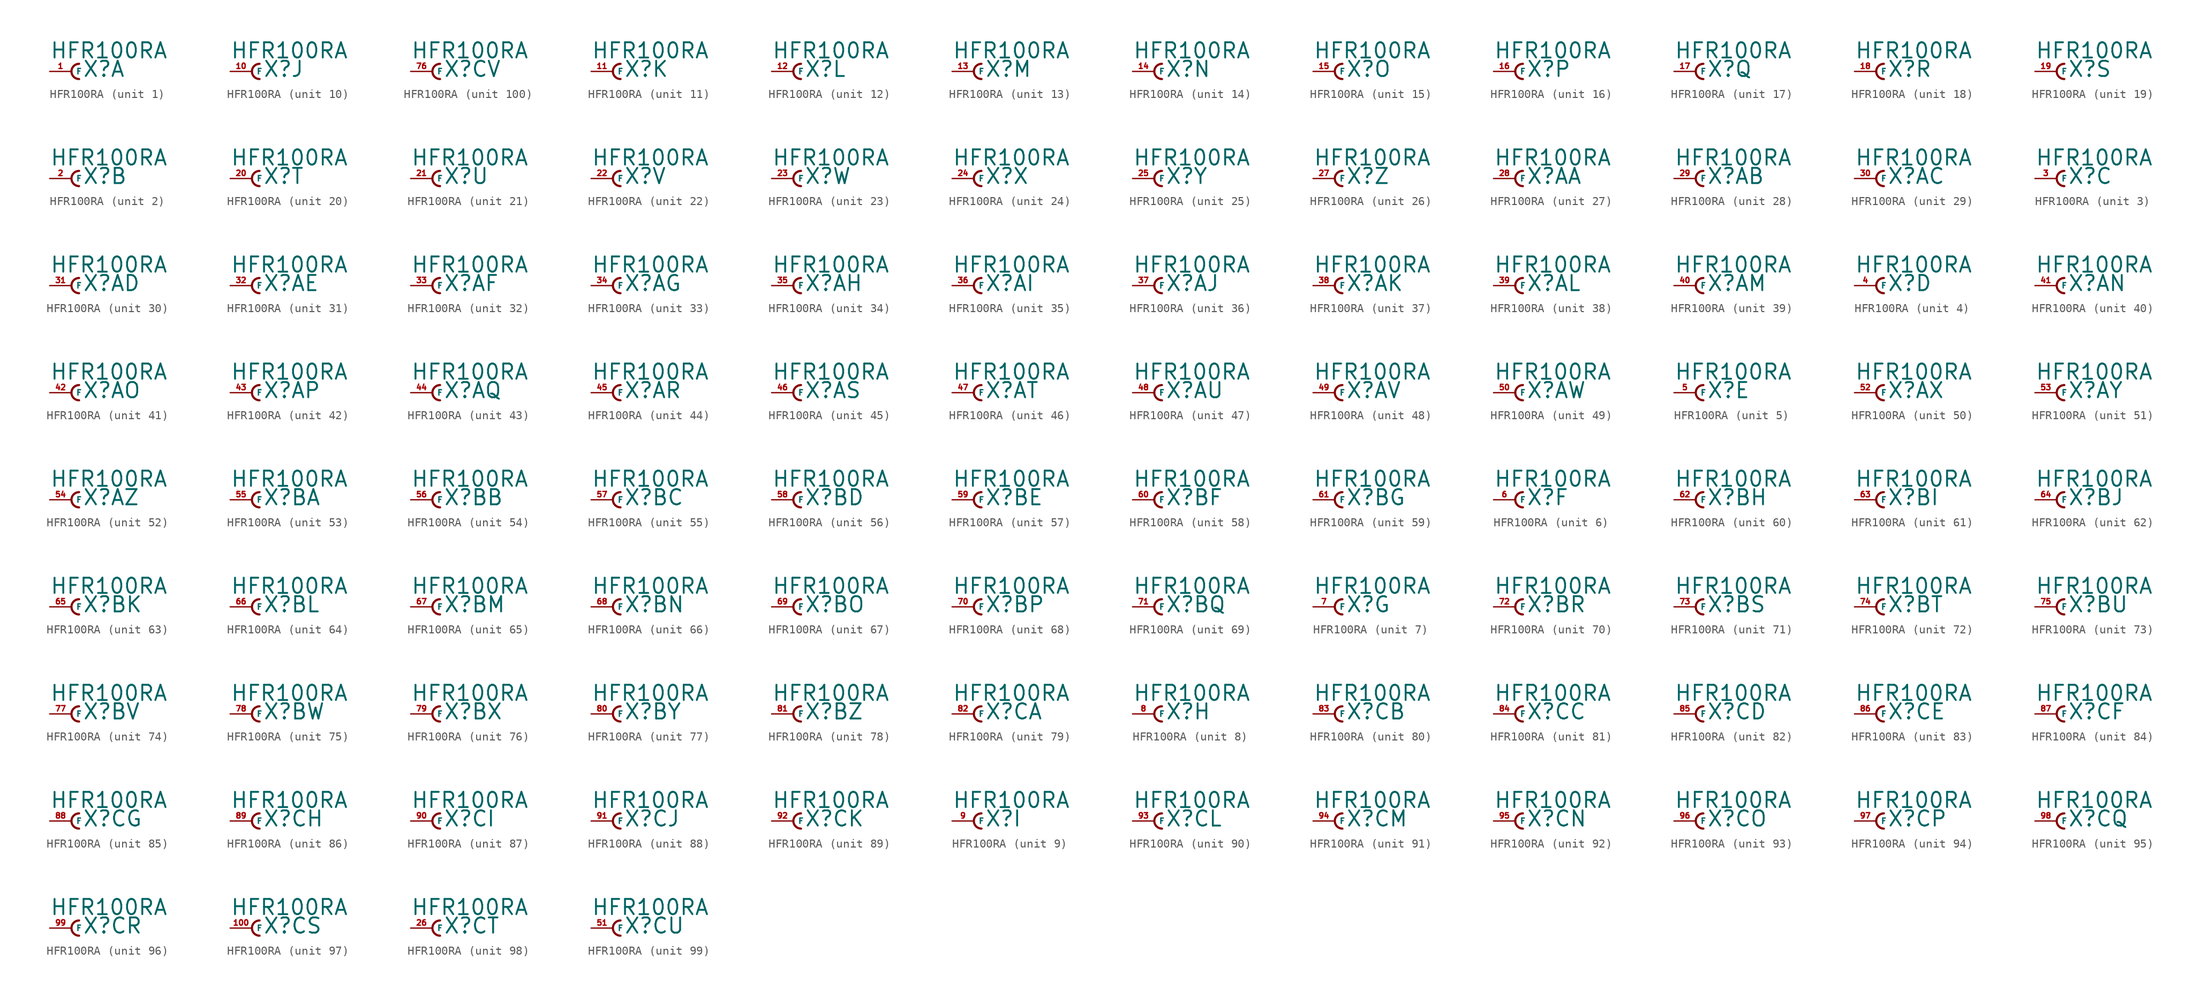
<source format=kicad_sym>
(kicad_symbol_lib
  (version 20220914)
  (generator Eagle2Kicad)
  (symbol "HFR100RA"
    (property "Reference" "X"
      (at 1.27 -0.762 0)
      (effects (font (size 1.778 1.778) (thickness 0.22)) (justify left bottom)))
    (property "Value" "HFR100RA"
      (at -2.54 1.397 0)
      (effects (font (size 1.778 1.778) (thickness 0.22)) (justify left bottom)))
    (symbol "HFR100RA_1_0"
      (arc (start 0.889 0.889) (mid 0.000 0.000) (end 0.889 -0.889) (stroke (width 0.254) (type default)) (fill (type none)))
      (pin passive line (at -2.54 0 0) (length 2.54) (name "F" (effects (font (size 0.635 0.635) (thickness 0.08)) (justify left bottom))) (number "1" (effects (font (size 0.635 0.635) (thickness 0.08)) (justify left bottom)))))
    (symbol "HFR100RA_2_0"
      (arc (start 0.889 0.889) (mid 0.000 0.000) (end 0.889 -0.889) (stroke (width 0.254) (type default)) (fill (type none)))
      (pin passive line (at -2.54 0 0) (length 2.54) (name "F" (effects (font (size 0.635 0.635) (thickness 0.08)) (justify left bottom))) (number "2" (effects (font (size 0.635 0.635) (thickness 0.08)) (justify left bottom)))))
    (symbol "HFR100RA_3_0"
      (arc (start 0.889 0.889) (mid 0.000 0.000) (end 0.889 -0.889) (stroke (width 0.254) (type default)) (fill (type none)))
      (pin passive line (at -2.54 0 0) (length 2.54) (name "F" (effects (font (size 0.635 0.635) (thickness 0.08)) (justify left bottom))) (number "3" (effects (font (size 0.635 0.635) (thickness 0.08)) (justify left bottom)))))
    (symbol "HFR100RA_4_0"
      (arc (start 0.889 0.889) (mid 0.000 0.000) (end 0.889 -0.889) (stroke (width 0.254) (type default)) (fill (type none)))
      (pin passive line (at -2.54 0 0) (length 2.54) (name "F" (effects (font (size 0.635 0.635) (thickness 0.08)) (justify left bottom))) (number "4" (effects (font (size 0.635 0.635) (thickness 0.08)) (justify left bottom)))))
    (symbol "HFR100RA_5_0"
      (arc (start 0.889 0.889) (mid 0.000 0.000) (end 0.889 -0.889) (stroke (width 0.254) (type default)) (fill (type none)))
      (pin passive line (at -2.54 0 0) (length 2.54) (name "F" (effects (font (size 0.635 0.635) (thickness 0.08)) (justify left bottom))) (number "5" (effects (font (size 0.635 0.635) (thickness 0.08)) (justify left bottom)))))
    (symbol "HFR100RA_6_0"
      (arc (start 0.889 0.889) (mid 0.000 0.000) (end 0.889 -0.889) (stroke (width 0.254) (type default)) (fill (type none)))
      (pin passive line (at -2.54 0 0) (length 2.54) (name "F" (effects (font (size 0.635 0.635) (thickness 0.08)) (justify left bottom))) (number "6" (effects (font (size 0.635 0.635) (thickness 0.08)) (justify left bottom)))))
    (symbol "HFR100RA_7_0"
      (arc (start 0.889 0.889) (mid 0.000 0.000) (end 0.889 -0.889) (stroke (width 0.254) (type default)) (fill (type none)))
      (pin passive line (at -2.54 0 0) (length 2.54) (name "F" (effects (font (size 0.635 0.635) (thickness 0.08)) (justify left bottom))) (number "7" (effects (font (size 0.635 0.635) (thickness 0.08)) (justify left bottom)))))
    (symbol "HFR100RA_8_0"
      (arc (start 0.889 0.889) (mid 0.000 0.000) (end 0.889 -0.889) (stroke (width 0.254) (type default)) (fill (type none)))
      (pin passive line (at -2.54 0 0) (length 2.54) (name "F" (effects (font (size 0.635 0.635) (thickness 0.08)) (justify left bottom))) (number "8" (effects (font (size 0.635 0.635) (thickness 0.08)) (justify left bottom)))))
    (symbol "HFR100RA_9_0"
      (arc (start 0.889 0.889) (mid 0.000 0.000) (end 0.889 -0.889) (stroke (width 0.254) (type default)) (fill (type none)))
      (pin passive line (at -2.54 0 0) (length 2.54) (name "F" (effects (font (size 0.635 0.635) (thickness 0.08)) (justify left bottom))) (number "9" (effects (font (size 0.635 0.635) (thickness 0.08)) (justify left bottom)))))
    (symbol "HFR100RA_10_0"
      (arc (start 0.889 0.889) (mid 0.000 0.000) (end 0.889 -0.889) (stroke (width 0.254) (type default)) (fill (type none)))
      (pin passive line (at -2.54 0 0) (length 2.54) (name "F" (effects (font (size 0.635 0.635) (thickness 0.08)) (justify left bottom))) (number "10" (effects (font (size 0.635 0.635) (thickness 0.08)) (justify left bottom)))))
    (symbol "HFR100RA_11_0"
      (arc (start 0.889 0.889) (mid 0.000 0.000) (end 0.889 -0.889) (stroke (width 0.254) (type default)) (fill (type none)))
      (pin passive line (at -2.54 0 0) (length 2.54) (name "F" (effects (font (size 0.635 0.635) (thickness 0.08)) (justify left bottom))) (number "11" (effects (font (size 0.635 0.635) (thickness 0.08)) (justify left bottom)))))
    (symbol "HFR100RA_12_0"
      (arc (start 0.889 0.889) (mid 0.000 0.000) (end 0.889 -0.889) (stroke (width 0.254) (type default)) (fill (type none)))
      (pin passive line (at -2.54 0 0) (length 2.54) (name "F" (effects (font (size 0.635 0.635) (thickness 0.08)) (justify left bottom))) (number "12" (effects (font (size 0.635 0.635) (thickness 0.08)) (justify left bottom)))))
    (symbol "HFR100RA_13_0"
      (arc (start 0.889 0.889) (mid 0.000 0.000) (end 0.889 -0.889) (stroke (width 0.254) (type default)) (fill (type none)))
      (pin passive line (at -2.54 0 0) (length 2.54) (name "F" (effects (font (size 0.635 0.635) (thickness 0.08)) (justify left bottom))) (number "13" (effects (font (size 0.635 0.635) (thickness 0.08)) (justify left bottom)))))
    (symbol "HFR100RA_14_0"
      (arc (start 0.889 0.889) (mid 0.000 0.000) (end 0.889 -0.889) (stroke (width 0.254) (type default)) (fill (type none)))
      (pin passive line (at -2.54 0 0) (length 2.54) (name "F" (effects (font (size 0.635 0.635) (thickness 0.08)) (justify left bottom))) (number "14" (effects (font (size 0.635 0.635) (thickness 0.08)) (justify left bottom)))))
    (symbol "HFR100RA_15_0"
      (arc (start 0.889 0.889) (mid 0.000 0.000) (end 0.889 -0.889) (stroke (width 0.254) (type default)) (fill (type none)))
      (pin passive line (at -2.54 0 0) (length 2.54) (name "F" (effects (font (size 0.635 0.635) (thickness 0.08)) (justify left bottom))) (number "15" (effects (font (size 0.635 0.635) (thickness 0.08)) (justify left bottom)))))
    (symbol "HFR100RA_16_0"
      (arc (start 0.889 0.889) (mid 0.000 0.000) (end 0.889 -0.889) (stroke (width 0.254) (type default)) (fill (type none)))
      (pin passive line (at -2.54 0 0) (length 2.54) (name "F" (effects (font (size 0.635 0.635) (thickness 0.08)) (justify left bottom))) (number "16" (effects (font (size 0.635 0.635) (thickness 0.08)) (justify left bottom)))))
    (symbol "HFR100RA_17_0"
      (arc (start 0.889 0.889) (mid 0.000 0.000) (end 0.889 -0.889) (stroke (width 0.254) (type default)) (fill (type none)))
      (pin passive line (at -2.54 0 0) (length 2.54) (name "F" (effects (font (size 0.635 0.635) (thickness 0.08)) (justify left bottom))) (number "17" (effects (font (size 0.635 0.635) (thickness 0.08)) (justify left bottom)))))
    (symbol "HFR100RA_18_0"
      (arc (start 0.889 0.889) (mid 0.000 0.000) (end 0.889 -0.889) (stroke (width 0.254) (type default)) (fill (type none)))
      (pin passive line (at -2.54 0 0) (length 2.54) (name "F" (effects (font (size 0.635 0.635) (thickness 0.08)) (justify left bottom))) (number "18" (effects (font (size 0.635 0.635) (thickness 0.08)) (justify left bottom)))))
    (symbol "HFR100RA_19_0"
      (arc (start 0.889 0.889) (mid 0.000 0.000) (end 0.889 -0.889) (stroke (width 0.254) (type default)) (fill (type none)))
      (pin passive line (at -2.54 0 0) (length 2.54) (name "F" (effects (font (size 0.635 0.635) (thickness 0.08)) (justify left bottom))) (number "19" (effects (font (size 0.635 0.635) (thickness 0.08)) (justify left bottom)))))
    (symbol "HFR100RA_20_0"
      (arc (start 0.889 0.889) (mid 0.000 0.000) (end 0.889 -0.889) (stroke (width 0.254) (type default)) (fill (type none)))
      (pin passive line (at -2.54 0 0) (length 2.54) (name "F" (effects (font (size 0.635 0.635) (thickness 0.08)) (justify left bottom))) (number "20" (effects (font (size 0.635 0.635) (thickness 0.08)) (justify left bottom)))))
    (symbol "HFR100RA_21_0"
      (arc (start 0.889 0.889) (mid 0.000 0.000) (end 0.889 -0.889) (stroke (width 0.254) (type default)) (fill (type none)))
      (pin passive line (at -2.54 0 0) (length 2.54) (name "F" (effects (font (size 0.635 0.635) (thickness 0.08)) (justify left bottom))) (number "21" (effects (font (size 0.635 0.635) (thickness 0.08)) (justify left bottom)))))
    (symbol "HFR100RA_22_0"
      (arc (start 0.889 0.889) (mid 0.000 0.000) (end 0.889 -0.889) (stroke (width 0.254) (type default)) (fill (type none)))
      (pin passive line (at -2.54 0 0) (length 2.54) (name "F" (effects (font (size 0.635 0.635) (thickness 0.08)) (justify left bottom))) (number "22" (effects (font (size 0.635 0.635) (thickness 0.08)) (justify left bottom)))))
    (symbol "HFR100RA_23_0"
      (arc (start 0.889 0.889) (mid 0.000 0.000) (end 0.889 -0.889) (stroke (width 0.254) (type default)) (fill (type none)))
      (pin passive line (at -2.54 0 0) (length 2.54) (name "F" (effects (font (size 0.635 0.635) (thickness 0.08)) (justify left bottom))) (number "23" (effects (font (size 0.635 0.635) (thickness 0.08)) (justify left bottom)))))
    (symbol "HFR100RA_24_0"
      (arc (start 0.889 0.889) (mid 0.000 0.000) (end 0.889 -0.889) (stroke (width 0.254) (type default)) (fill (type none)))
      (pin passive line (at -2.54 0 0) (length 2.54) (name "F" (effects (font (size 0.635 0.635) (thickness 0.08)) (justify left bottom))) (number "24" (effects (font (size 0.635 0.635) (thickness 0.08)) (justify left bottom)))))
    (symbol "HFR100RA_25_0"
      (arc (start 0.889 0.889) (mid 0.000 0.000) (end 0.889 -0.889) (stroke (width 0.254) (type default)) (fill (type none)))
      (pin passive line (at -2.54 0 0) (length 2.54) (name "F" (effects (font (size 0.635 0.635) (thickness 0.08)) (justify left bottom))) (number "25" (effects (font (size 0.635 0.635) (thickness 0.08)) (justify left bottom)))))
    (symbol "HFR100RA_26_0"
      (arc (start 0.889 0.889) (mid 0.000 0.000) (end 0.889 -0.889) (stroke (width 0.254) (type default)) (fill (type none)))
      (pin passive line (at -2.54 0 0) (length 2.54) (name "F" (effects (font (size 0.635 0.635) (thickness 0.08)) (justify left bottom))) (number "27" (effects (font (size 0.635 0.635) (thickness 0.08)) (justify left bottom)))))
    (symbol "HFR100RA_27_0"
      (arc (start 0.889 0.889) (mid 0.000 0.000) (end 0.889 -0.889) (stroke (width 0.254) (type default)) (fill (type none)))
      (pin passive line (at -2.54 0 0) (length 2.54) (name "F" (effects (font (size 0.635 0.635) (thickness 0.08)) (justify left bottom))) (number "28" (effects (font (size 0.635 0.635) (thickness 0.08)) (justify left bottom)))))
    (symbol "HFR100RA_28_0"
      (arc (start 0.889 0.889) (mid 0.000 0.000) (end 0.889 -0.889) (stroke (width 0.254) (type default)) (fill (type none)))
      (pin passive line (at -2.54 0 0) (length 2.54) (name "F" (effects (font (size 0.635 0.635) (thickness 0.08)) (justify left bottom))) (number "29" (effects (font (size 0.635 0.635) (thickness 0.08)) (justify left bottom)))))
    (symbol "HFR100RA_29_0"
      (arc (start 0.889 0.889) (mid 0.000 0.000) (end 0.889 -0.889) (stroke (width 0.254) (type default)) (fill (type none)))
      (pin passive line (at -2.54 0 0) (length 2.54) (name "F" (effects (font (size 0.635 0.635) (thickness 0.08)) (justify left bottom))) (number "30" (effects (font (size 0.635 0.635) (thickness 0.08)) (justify left bottom)))))
    (symbol "HFR100RA_30_0"
      (arc (start 0.889 0.889) (mid 0.000 0.000) (end 0.889 -0.889) (stroke (width 0.254) (type default)) (fill (type none)))
      (pin passive line (at -2.54 0 0) (length 2.54) (name "F" (effects (font (size 0.635 0.635) (thickness 0.08)) (justify left bottom))) (number "31" (effects (font (size 0.635 0.635) (thickness 0.08)) (justify left bottom)))))
    (symbol "HFR100RA_31_0"
      (arc (start 0.889 0.889) (mid 0.000 0.000) (end 0.889 -0.889) (stroke (width 0.254) (type default)) (fill (type none)))
      (pin passive line (at -2.54 0 0) (length 2.54) (name "F" (effects (font (size 0.635 0.635) (thickness 0.08)) (justify left bottom))) (number "32" (effects (font (size 0.635 0.635) (thickness 0.08)) (justify left bottom)))))
    (symbol "HFR100RA_32_0"
      (arc (start 0.889 0.889) (mid 0.000 0.000) (end 0.889 -0.889) (stroke (width 0.254) (type default)) (fill (type none)))
      (pin passive line (at -2.54 0 0) (length 2.54) (name "F" (effects (font (size 0.635 0.635) (thickness 0.08)) (justify left bottom))) (number "33" (effects (font (size 0.635 0.635) (thickness 0.08)) (justify left bottom)))))
    (symbol "HFR100RA_33_0"
      (arc (start 0.889 0.889) (mid 0.000 0.000) (end 0.889 -0.889) (stroke (width 0.254) (type default)) (fill (type none)))
      (pin passive line (at -2.54 0 0) (length 2.54) (name "F" (effects (font (size 0.635 0.635) (thickness 0.08)) (justify left bottom))) (number "34" (effects (font (size 0.635 0.635) (thickness 0.08)) (justify left bottom)))))
    (symbol "HFR100RA_34_0"
      (arc (start 0.889 0.889) (mid 0.000 0.000) (end 0.889 -0.889) (stroke (width 0.254) (type default)) (fill (type none)))
      (pin passive line (at -2.54 0 0) (length 2.54) (name "F" (effects (font (size 0.635 0.635) (thickness 0.08)) (justify left bottom))) (number "35" (effects (font (size 0.635 0.635) (thickness 0.08)) (justify left bottom)))))
    (symbol "HFR100RA_35_0"
      (arc (start 0.889 0.889) (mid 0.000 0.000) (end 0.889 -0.889) (stroke (width 0.254) (type default)) (fill (type none)))
      (pin passive line (at -2.54 0 0) (length 2.54) (name "F" (effects (font (size 0.635 0.635) (thickness 0.08)) (justify left bottom))) (number "36" (effects (font (size 0.635 0.635) (thickness 0.08)) (justify left bottom)))))
    (symbol "HFR100RA_36_0"
      (arc (start 0.889 0.889) (mid 0.000 0.000) (end 0.889 -0.889) (stroke (width 0.254) (type default)) (fill (type none)))
      (pin passive line (at -2.54 0 0) (length 2.54) (name "F" (effects (font (size 0.635 0.635) (thickness 0.08)) (justify left bottom))) (number "37" (effects (font (size 0.635 0.635) (thickness 0.08)) (justify left bottom)))))
    (symbol "HFR100RA_37_0"
      (arc (start 0.889 0.889) (mid 0.000 0.000) (end 0.889 -0.889) (stroke (width 0.254) (type default)) (fill (type none)))
      (pin passive line (at -2.54 0 0) (length 2.54) (name "F" (effects (font (size 0.635 0.635) (thickness 0.08)) (justify left bottom))) (number "38" (effects (font (size 0.635 0.635) (thickness 0.08)) (justify left bottom)))))
    (symbol "HFR100RA_38_0"
      (arc (start 0.889 0.889) (mid 0.000 0.000) (end 0.889 -0.889) (stroke (width 0.254) (type default)) (fill (type none)))
      (pin passive line (at -2.54 0 0) (length 2.54) (name "F" (effects (font (size 0.635 0.635) (thickness 0.08)) (justify left bottom))) (number "39" (effects (font (size 0.635 0.635) (thickness 0.08)) (justify left bottom)))))
    (symbol "HFR100RA_39_0"
      (arc (start 0.889 0.889) (mid 0.000 0.000) (end 0.889 -0.889) (stroke (width 0.254) (type default)) (fill (type none)))
      (pin passive line (at -2.54 0 0) (length 2.54) (name "F" (effects (font (size 0.635 0.635) (thickness 0.08)) (justify left bottom))) (number "40" (effects (font (size 0.635 0.635) (thickness 0.08)) (justify left bottom)))))
    (symbol "HFR100RA_40_0"
      (arc (start 0.889 0.889) (mid 0.000 0.000) (end 0.889 -0.889) (stroke (width 0.254) (type default)) (fill (type none)))
      (pin passive line (at -2.54 0 0) (length 2.54) (name "F" (effects (font (size 0.635 0.635) (thickness 0.08)) (justify left bottom))) (number "41" (effects (font (size 0.635 0.635) (thickness 0.08)) (justify left bottom)))))
    (symbol "HFR100RA_41_0"
      (arc (start 0.889 0.889) (mid 0.000 0.000) (end 0.889 -0.889) (stroke (width 0.254) (type default)) (fill (type none)))
      (pin passive line (at -2.54 0 0) (length 2.54) (name "F" (effects (font (size 0.635 0.635) (thickness 0.08)) (justify left bottom))) (number "42" (effects (font (size 0.635 0.635) (thickness 0.08)) (justify left bottom)))))
    (symbol "HFR100RA_42_0"
      (arc (start 0.889 0.889) (mid 0.000 0.000) (end 0.889 -0.889) (stroke (width 0.254) (type default)) (fill (type none)))
      (pin passive line (at -2.54 0 0) (length 2.54) (name "F" (effects (font (size 0.635 0.635) (thickness 0.08)) (justify left bottom))) (number "43" (effects (font (size 0.635 0.635) (thickness 0.08)) (justify left bottom)))))
    (symbol "HFR100RA_43_0"
      (arc (start 0.889 0.889) (mid 0.000 0.000) (end 0.889 -0.889) (stroke (width 0.254) (type default)) (fill (type none)))
      (pin passive line (at -2.54 0 0) (length 2.54) (name "F" (effects (font (size 0.635 0.635) (thickness 0.08)) (justify left bottom))) (number "44" (effects (font (size 0.635 0.635) (thickness 0.08)) (justify left bottom)))))
    (symbol "HFR100RA_44_0"
      (arc (start 0.889 0.889) (mid 0.000 0.000) (end 0.889 -0.889) (stroke (width 0.254) (type default)) (fill (type none)))
      (pin passive line (at -2.54 0 0) (length 2.54) (name "F" (effects (font (size 0.635 0.635) (thickness 0.08)) (justify left bottom))) (number "45" (effects (font (size 0.635 0.635) (thickness 0.08)) (justify left bottom)))))
    (symbol "HFR100RA_45_0"
      (arc (start 0.889 0.889) (mid 0.000 0.000) (end 0.889 -0.889) (stroke (width 0.254) (type default)) (fill (type none)))
      (pin passive line (at -2.54 0 0) (length 2.54) (name "F" (effects (font (size 0.635 0.635) (thickness 0.08)) (justify left bottom))) (number "46" (effects (font (size 0.635 0.635) (thickness 0.08)) (justify left bottom)))))
    (symbol "HFR100RA_46_0"
      (arc (start 0.889 0.889) (mid 0.000 0.000) (end 0.889 -0.889) (stroke (width 0.254) (type default)) (fill (type none)))
      (pin passive line (at -2.54 0 0) (length 2.54) (name "F" (effects (font (size 0.635 0.635) (thickness 0.08)) (justify left bottom))) (number "47" (effects (font (size 0.635 0.635) (thickness 0.08)) (justify left bottom)))))
    (symbol "HFR100RA_47_0"
      (arc (start 0.889 0.889) (mid 0.000 0.000) (end 0.889 -0.889) (stroke (width 0.254) (type default)) (fill (type none)))
      (pin passive line (at -2.54 0 0) (length 2.54) (name "F" (effects (font (size 0.635 0.635) (thickness 0.08)) (justify left bottom))) (number "48" (effects (font (size 0.635 0.635) (thickness 0.08)) (justify left bottom)))))
    (symbol "HFR100RA_48_0"
      (arc (start 0.889 0.889) (mid 0.000 0.000) (end 0.889 -0.889) (stroke (width 0.254) (type default)) (fill (type none)))
      (pin passive line (at -2.54 0 0) (length 2.54) (name "F" (effects (font (size 0.635 0.635) (thickness 0.08)) (justify left bottom))) (number "49" (effects (font (size 0.635 0.635) (thickness 0.08)) (justify left bottom)))))
    (symbol "HFR100RA_49_0"
      (arc (start 0.889 0.889) (mid 0.000 0.000) (end 0.889 -0.889) (stroke (width 0.254) (type default)) (fill (type none)))
      (pin passive line (at -2.54 0 0) (length 2.54) (name "F" (effects (font (size 0.635 0.635) (thickness 0.08)) (justify left bottom))) (number "50" (effects (font (size 0.635 0.635) (thickness 0.08)) (justify left bottom)))))
    (symbol "HFR100RA_50_0"
      (arc (start 0.889 0.889) (mid 0.000 0.000) (end 0.889 -0.889) (stroke (width 0.254) (type default)) (fill (type none)))
      (pin passive line (at -2.54 0 0) (length 2.54) (name "F" (effects (font (size 0.635 0.635) (thickness 0.08)) (justify left bottom))) (number "52" (effects (font (size 0.635 0.635) (thickness 0.08)) (justify left bottom)))))
    (symbol "HFR100RA_51_0"
      (arc (start 0.889 0.889) (mid 0.000 0.000) (end 0.889 -0.889) (stroke (width 0.254) (type default)) (fill (type none)))
      (pin passive line (at -2.54 0 0) (length 2.54) (name "F" (effects (font (size 0.635 0.635) (thickness 0.08)) (justify left bottom))) (number "53" (effects (font (size 0.635 0.635) (thickness 0.08)) (justify left bottom)))))
    (symbol "HFR100RA_52_0"
      (arc (start 0.889 0.889) (mid 0.000 0.000) (end 0.889 -0.889) (stroke (width 0.254) (type default)) (fill (type none)))
      (pin passive line (at -2.54 0 0) (length 2.54) (name "F" (effects (font (size 0.635 0.635) (thickness 0.08)) (justify left bottom))) (number "54" (effects (font (size 0.635 0.635) (thickness 0.08)) (justify left bottom)))))
    (symbol "HFR100RA_53_0"
      (arc (start 0.889 0.889) (mid 0.000 0.000) (end 0.889 -0.889) (stroke (width 0.254) (type default)) (fill (type none)))
      (pin passive line (at -2.54 0 0) (length 2.54) (name "F" (effects (font (size 0.635 0.635) (thickness 0.08)) (justify left bottom))) (number "55" (effects (font (size 0.635 0.635) (thickness 0.08)) (justify left bottom)))))
    (symbol "HFR100RA_54_0"
      (arc (start 0.889 0.889) (mid 0.000 0.000) (end 0.889 -0.889) (stroke (width 0.254) (type default)) (fill (type none)))
      (pin passive line (at -2.54 0 0) (length 2.54) (name "F" (effects (font (size 0.635 0.635) (thickness 0.08)) (justify left bottom))) (number "56" (effects (font (size 0.635 0.635) (thickness 0.08)) (justify left bottom)))))
    (symbol "HFR100RA_55_0"
      (arc (start 0.889 0.889) (mid 0.000 0.000) (end 0.889 -0.889) (stroke (width 0.254) (type default)) (fill (type none)))
      (pin passive line (at -2.54 0 0) (length 2.54) (name "F" (effects (font (size 0.635 0.635) (thickness 0.08)) (justify left bottom))) (number "57" (effects (font (size 0.635 0.635) (thickness 0.08)) (justify left bottom)))))
    (symbol "HFR100RA_56_0"
      (arc (start 0.889 0.889) (mid 0.000 0.000) (end 0.889 -0.889) (stroke (width 0.254) (type default)) (fill (type none)))
      (pin passive line (at -2.54 0 0) (length 2.54) (name "F" (effects (font (size 0.635 0.635) (thickness 0.08)) (justify left bottom))) (number "58" (effects (font (size 0.635 0.635) (thickness 0.08)) (justify left bottom)))))
    (symbol "HFR100RA_57_0"
      (arc (start 0.889 0.889) (mid 0.000 0.000) (end 0.889 -0.889) (stroke (width 0.254) (type default)) (fill (type none)))
      (pin passive line (at -2.54 0 0) (length 2.54) (name "F" (effects (font (size 0.635 0.635) (thickness 0.08)) (justify left bottom))) (number "59" (effects (font (size 0.635 0.635) (thickness 0.08)) (justify left bottom)))))
    (symbol "HFR100RA_58_0"
      (arc (start 0.889 0.889) (mid 0.000 0.000) (end 0.889 -0.889) (stroke (width 0.254) (type default)) (fill (type none)))
      (pin passive line (at -2.54 0 0) (length 2.54) (name "F" (effects (font (size 0.635 0.635) (thickness 0.08)) (justify left bottom))) (number "60" (effects (font (size 0.635 0.635) (thickness 0.08)) (justify left bottom)))))
    (symbol "HFR100RA_59_0"
      (arc (start 0.889 0.889) (mid 0.000 0.000) (end 0.889 -0.889) (stroke (width 0.254) (type default)) (fill (type none)))
      (pin passive line (at -2.54 0 0) (length 2.54) (name "F" (effects (font (size 0.635 0.635) (thickness 0.08)) (justify left bottom))) (number "61" (effects (font (size 0.635 0.635) (thickness 0.08)) (justify left bottom)))))
    (symbol "HFR100RA_60_0"
      (arc (start 0.889 0.889) (mid 0.000 0.000) (end 0.889 -0.889) (stroke (width 0.254) (type default)) (fill (type none)))
      (pin passive line (at -2.54 0 0) (length 2.54) (name "F" (effects (font (size 0.635 0.635) (thickness 0.08)) (justify left bottom))) (number "62" (effects (font (size 0.635 0.635) (thickness 0.08)) (justify left bottom)))))
    (symbol "HFR100RA_61_0"
      (arc (start 0.889 0.889) (mid 0.000 0.000) (end 0.889 -0.889) (stroke (width 0.254) (type default)) (fill (type none)))
      (pin passive line (at -2.54 0 0) (length 2.54) (name "F" (effects (font (size 0.635 0.635) (thickness 0.08)) (justify left bottom))) (number "63" (effects (font (size 0.635 0.635) (thickness 0.08)) (justify left bottom)))))
    (symbol "HFR100RA_62_0"
      (arc (start 0.889 0.889) (mid 0.000 0.000) (end 0.889 -0.889) (stroke (width 0.254) (type default)) (fill (type none)))
      (pin passive line (at -2.54 0 0) (length 2.54) (name "F" (effects (font (size 0.635 0.635) (thickness 0.08)) (justify left bottom))) (number "64" (effects (font (size 0.635 0.635) (thickness 0.08)) (justify left bottom)))))
    (symbol "HFR100RA_63_0"
      (arc (start 0.889 0.889) (mid 0.000 0.000) (end 0.889 -0.889) (stroke (width 0.254) (type default)) (fill (type none)))
      (pin passive line (at -2.54 0 0) (length 2.54) (name "F" (effects (font (size 0.635 0.635) (thickness 0.08)) (justify left bottom))) (number "65" (effects (font (size 0.635 0.635) (thickness 0.08)) (justify left bottom)))))
    (symbol "HFR100RA_64_0"
      (arc (start 0.889 0.889) (mid 0.000 0.000) (end 0.889 -0.889) (stroke (width 0.254) (type default)) (fill (type none)))
      (pin passive line (at -2.54 0 0) (length 2.54) (name "F" (effects (font (size 0.635 0.635) (thickness 0.08)) (justify left bottom))) (number "66" (effects (font (size 0.635 0.635) (thickness 0.08)) (justify left bottom)))))
    (symbol "HFR100RA_65_0"
      (arc (start 0.889 0.889) (mid 0.000 0.000) (end 0.889 -0.889) (stroke (width 0.254) (type default)) (fill (type none)))
      (pin passive line (at -2.54 0 0) (length 2.54) (name "F" (effects (font (size 0.635 0.635) (thickness 0.08)) (justify left bottom))) (number "67" (effects (font (size 0.635 0.635) (thickness 0.08)) (justify left bottom)))))
    (symbol "HFR100RA_66_0"
      (arc (start 0.889 0.889) (mid 0.000 0.000) (end 0.889 -0.889) (stroke (width 0.254) (type default)) (fill (type none)))
      (pin passive line (at -2.54 0 0) (length 2.54) (name "F" (effects (font (size 0.635 0.635) (thickness 0.08)) (justify left bottom))) (number "68" (effects (font (size 0.635 0.635) (thickness 0.08)) (justify left bottom)))))
    (symbol "HFR100RA_67_0"
      (arc (start 0.889 0.889) (mid 0.000 0.000) (end 0.889 -0.889) (stroke (width 0.254) (type default)) (fill (type none)))
      (pin passive line (at -2.54 0 0) (length 2.54) (name "F" (effects (font (size 0.635 0.635) (thickness 0.08)) (justify left bottom))) (number "69" (effects (font (size 0.635 0.635) (thickness 0.08)) (justify left bottom)))))
    (symbol "HFR100RA_68_0"
      (arc (start 0.889 0.889) (mid 0.000 0.000) (end 0.889 -0.889) (stroke (width 0.254) (type default)) (fill (type none)))
      (pin passive line (at -2.54 0 0) (length 2.54) (name "F" (effects (font (size 0.635 0.635) (thickness 0.08)) (justify left bottom))) (number "70" (effects (font (size 0.635 0.635) (thickness 0.08)) (justify left bottom)))))
    (symbol "HFR100RA_69_0"
      (arc (start 0.889 0.889) (mid 0.000 0.000) (end 0.889 -0.889) (stroke (width 0.254) (type default)) (fill (type none)))
      (pin passive line (at -2.54 0 0) (length 2.54) (name "F" (effects (font (size 0.635 0.635) (thickness 0.08)) (justify left bottom))) (number "71" (effects (font (size 0.635 0.635) (thickness 0.08)) (justify left bottom)))))
    (symbol "HFR100RA_70_0"
      (arc (start 0.889 0.889) (mid 0.000 0.000) (end 0.889 -0.889) (stroke (width 0.254) (type default)) (fill (type none)))
      (pin passive line (at -2.54 0 0) (length 2.54) (name "F" (effects (font (size 0.635 0.635) (thickness 0.08)) (justify left bottom))) (number "72" (effects (font (size 0.635 0.635) (thickness 0.08)) (justify left bottom)))))
    (symbol "HFR100RA_71_0"
      (arc (start 0.889 0.889) (mid 0.000 0.000) (end 0.889 -0.889) (stroke (width 0.254) (type default)) (fill (type none)))
      (pin passive line (at -2.54 0 0) (length 2.54) (name "F" (effects (font (size 0.635 0.635) (thickness 0.08)) (justify left bottom))) (number "73" (effects (font (size 0.635 0.635) (thickness 0.08)) (justify left bottom)))))
    (symbol "HFR100RA_72_0"
      (arc (start 0.889 0.889) (mid 0.000 0.000) (end 0.889 -0.889) (stroke (width 0.254) (type default)) (fill (type none)))
      (pin passive line (at -2.54 0 0) (length 2.54) (name "F" (effects (font (size 0.635 0.635) (thickness 0.08)) (justify left bottom))) (number "74" (effects (font (size 0.635 0.635) (thickness 0.08)) (justify left bottom)))))
    (symbol "HFR100RA_73_0"
      (arc (start 0.889 0.889) (mid 0.000 0.000) (end 0.889 -0.889) (stroke (width 0.254) (type default)) (fill (type none)))
      (pin passive line (at -2.54 0 0) (length 2.54) (name "F" (effects (font (size 0.635 0.635) (thickness 0.08)) (justify left bottom))) (number "75" (effects (font (size 0.635 0.635) (thickness 0.08)) (justify left bottom)))))
    (symbol "HFR100RA_74_0"
      (arc (start 0.889 0.889) (mid 0.000 0.000) (end 0.889 -0.889) (stroke (width 0.254) (type default)) (fill (type none)))
      (pin passive line (at -2.54 0 0) (length 2.54) (name "F" (effects (font (size 0.635 0.635) (thickness 0.08)) (justify left bottom))) (number "77" (effects (font (size 0.635 0.635) (thickness 0.08)) (justify left bottom)))))
    (symbol "HFR100RA_75_0"
      (arc (start 0.889 0.889) (mid 0.000 0.000) (end 0.889 -0.889) (stroke (width 0.254) (type default)) (fill (type none)))
      (pin passive line (at -2.54 0 0) (length 2.54) (name "F" (effects (font (size 0.635 0.635) (thickness 0.08)) (justify left bottom))) (number "78" (effects (font (size 0.635 0.635) (thickness 0.08)) (justify left bottom)))))
    (symbol "HFR100RA_76_0"
      (arc (start 0.889 0.889) (mid 0.000 0.000) (end 0.889 -0.889) (stroke (width 0.254) (type default)) (fill (type none)))
      (pin passive line (at -2.54 0 0) (length 2.54) (name "F" (effects (font (size 0.635 0.635) (thickness 0.08)) (justify left bottom))) (number "79" (effects (font (size 0.635 0.635) (thickness 0.08)) (justify left bottom)))))
    (symbol "HFR100RA_77_0"
      (arc (start 0.889 0.889) (mid 0.000 0.000) (end 0.889 -0.889) (stroke (width 0.254) (type default)) (fill (type none)))
      (pin passive line (at -2.54 0 0) (length 2.54) (name "F" (effects (font (size 0.635 0.635) (thickness 0.08)) (justify left bottom))) (number "80" (effects (font (size 0.635 0.635) (thickness 0.08)) (justify left bottom)))))
    (symbol "HFR100RA_78_0"
      (arc (start 0.889 0.889) (mid 0.000 0.000) (end 0.889 -0.889) (stroke (width 0.254) (type default)) (fill (type none)))
      (pin passive line (at -2.54 0 0) (length 2.54) (name "F" (effects (font (size 0.635 0.635) (thickness 0.08)) (justify left bottom))) (number "81" (effects (font (size 0.635 0.635) (thickness 0.08)) (justify left bottom)))))
    (symbol "HFR100RA_79_0"
      (arc (start 0.889 0.889) (mid 0.000 0.000) (end 0.889 -0.889) (stroke (width 0.254) (type default)) (fill (type none)))
      (pin passive line (at -2.54 0 0) (length 2.54) (name "F" (effects (font (size 0.635 0.635) (thickness 0.08)) (justify left bottom))) (number "82" (effects (font (size 0.635 0.635) (thickness 0.08)) (justify left bottom)))))
    (symbol "HFR100RA_80_0"
      (arc (start 0.889 0.889) (mid 0.000 0.000) (end 0.889 -0.889) (stroke (width 0.254) (type default)) (fill (type none)))
      (pin passive line (at -2.54 0 0) (length 2.54) (name "F" (effects (font (size 0.635 0.635) (thickness 0.08)) (justify left bottom))) (number "83" (effects (font (size 0.635 0.635) (thickness 0.08)) (justify left bottom)))))
    (symbol "HFR100RA_81_0"
      (arc (start 0.889 0.889) (mid 0.000 0.000) (end 0.889 -0.889) (stroke (width 0.254) (type default)) (fill (type none)))
      (pin passive line (at -2.54 0 0) (length 2.54) (name "F" (effects (font (size 0.635 0.635) (thickness 0.08)) (justify left bottom))) (number "84" (effects (font (size 0.635 0.635) (thickness 0.08)) (justify left bottom)))))
    (symbol "HFR100RA_82_0"
      (arc (start 0.889 0.889) (mid 0.000 0.000) (end 0.889 -0.889) (stroke (width 0.254) (type default)) (fill (type none)))
      (pin passive line (at -2.54 0 0) (length 2.54) (name "F" (effects (font (size 0.635 0.635) (thickness 0.08)) (justify left bottom))) (number "85" (effects (font (size 0.635 0.635) (thickness 0.08)) (justify left bottom)))))
    (symbol "HFR100RA_83_0"
      (arc (start 0.889 0.889) (mid 0.000 0.000) (end 0.889 -0.889) (stroke (width 0.254) (type default)) (fill (type none)))
      (pin passive line (at -2.54 0 0) (length 2.54) (name "F" (effects (font (size 0.635 0.635) (thickness 0.08)) (justify left bottom))) (number "86" (effects (font (size 0.635 0.635) (thickness 0.08)) (justify left bottom)))))
    (symbol "HFR100RA_84_0"
      (arc (start 0.889 0.889) (mid 0.000 0.000) (end 0.889 -0.889) (stroke (width 0.254) (type default)) (fill (type none)))
      (pin passive line (at -2.54 0 0) (length 2.54) (name "F" (effects (font (size 0.635 0.635) (thickness 0.08)) (justify left bottom))) (number "87" (effects (font (size 0.635 0.635) (thickness 0.08)) (justify left bottom)))))
    (symbol "HFR100RA_85_0"
      (arc (start 0.889 0.889) (mid 0.000 0.000) (end 0.889 -0.889) (stroke (width 0.254) (type default)) (fill (type none)))
      (pin passive line (at -2.54 0 0) (length 2.54) (name "F" (effects (font (size 0.635 0.635) (thickness 0.08)) (justify left bottom))) (number "88" (effects (font (size 0.635 0.635) (thickness 0.08)) (justify left bottom)))))
    (symbol "HFR100RA_86_0"
      (arc (start 0.889 0.889) (mid 0.000 0.000) (end 0.889 -0.889) (stroke (width 0.254) (type default)) (fill (type none)))
      (pin passive line (at -2.54 0 0) (length 2.54) (name "F" (effects (font (size 0.635 0.635) (thickness 0.08)) (justify left bottom))) (number "89" (effects (font (size 0.635 0.635) (thickness 0.08)) (justify left bottom)))))
    (symbol "HFR100RA_87_0"
      (arc (start 0.889 0.889) (mid 0.000 0.000) (end 0.889 -0.889) (stroke (width 0.254) (type default)) (fill (type none)))
      (pin passive line (at -2.54 0 0) (length 2.54) (name "F" (effects (font (size 0.635 0.635) (thickness 0.08)) (justify left bottom))) (number "90" (effects (font (size 0.635 0.635) (thickness 0.08)) (justify left bottom)))))
    (symbol "HFR100RA_88_0"
      (arc (start 0.889 0.889) (mid 0.000 0.000) (end 0.889 -0.889) (stroke (width 0.254) (type default)) (fill (type none)))
      (pin passive line (at -2.54 0 0) (length 2.54) (name "F" (effects (font (size 0.635 0.635) (thickness 0.08)) (justify left bottom))) (number "91" (effects (font (size 0.635 0.635) (thickness 0.08)) (justify left bottom)))))
    (symbol "HFR100RA_89_0"
      (arc (start 0.889 0.889) (mid 0.000 0.000) (end 0.889 -0.889) (stroke (width 0.254) (type default)) (fill (type none)))
      (pin passive line (at -2.54 0 0) (length 2.54) (name "F" (effects (font (size 0.635 0.635) (thickness 0.08)) (justify left bottom))) (number "92" (effects (font (size 0.635 0.635) (thickness 0.08)) (justify left bottom)))))
    (symbol "HFR100RA_90_0"
      (arc (start 0.889 0.889) (mid 0.000 0.000) (end 0.889 -0.889) (stroke (width 0.254) (type default)) (fill (type none)))
      (pin passive line (at -2.54 0 0) (length 2.54) (name "F" (effects (font (size 0.635 0.635) (thickness 0.08)) (justify left bottom))) (number "93" (effects (font (size 0.635 0.635) (thickness 0.08)) (justify left bottom)))))
    (symbol "HFR100RA_91_0"
      (arc (start 0.889 0.889) (mid 0.000 0.000) (end 0.889 -0.889) (stroke (width 0.254) (type default)) (fill (type none)))
      (pin passive line (at -2.54 0 0) (length 2.54) (name "F" (effects (font (size 0.635 0.635) (thickness 0.08)) (justify left bottom))) (number "94" (effects (font (size 0.635 0.635) (thickness 0.08)) (justify left bottom)))))
    (symbol "HFR100RA_92_0"
      (arc (start 0.889 0.889) (mid 0.000 0.000) (end 0.889 -0.889) (stroke (width 0.254) (type default)) (fill (type none)))
      (pin passive line (at -2.54 0 0) (length 2.54) (name "F" (effects (font (size 0.635 0.635) (thickness 0.08)) (justify left bottom))) (number "95" (effects (font (size 0.635 0.635) (thickness 0.08)) (justify left bottom)))))
    (symbol "HFR100RA_93_0"
      (arc (start 0.889 0.889) (mid 0.000 0.000) (end 0.889 -0.889) (stroke (width 0.254) (type default)) (fill (type none)))
      (pin passive line (at -2.54 0 0) (length 2.54) (name "F" (effects (font (size 0.635 0.635) (thickness 0.08)) (justify left bottom))) (number "96" (effects (font (size 0.635 0.635) (thickness 0.08)) (justify left bottom)))))
    (symbol "HFR100RA_94_0"
      (arc (start 0.889 0.889) (mid 0.000 0.000) (end 0.889 -0.889) (stroke (width 0.254) (type default)) (fill (type none)))
      (pin passive line (at -2.54 0 0) (length 2.54) (name "F" (effects (font (size 0.635 0.635) (thickness 0.08)) (justify left bottom))) (number "97" (effects (font (size 0.635 0.635) (thickness 0.08)) (justify left bottom)))))
    (symbol "HFR100RA_95_0"
      (arc (start 0.889 0.889) (mid 0.000 0.000) (end 0.889 -0.889) (stroke (width 0.254) (type default)) (fill (type none)))
      (pin passive line (at -2.54 0 0) (length 2.54) (name "F" (effects (font (size 0.635 0.635) (thickness 0.08)) (justify left bottom))) (number "98" (effects (font (size 0.635 0.635) (thickness 0.08)) (justify left bottom)))))
    (symbol "HFR100RA_96_0"
      (arc (start 0.889 0.889) (mid 0.000 0.000) (end 0.889 -0.889) (stroke (width 0.254) (type default)) (fill (type none)))
      (pin passive line (at -2.54 0 0) (length 2.54) (name "F" (effects (font (size 0.635 0.635) (thickness 0.08)) (justify left bottom))) (number "99" (effects (font (size 0.635 0.635) (thickness 0.08)) (justify left bottom)))))
    (symbol "HFR100RA_97_0"
      (arc (start 0.889 0.889) (mid 0.000 0.000) (end 0.889 -0.889) (stroke (width 0.254) (type default)) (fill (type none)))
      (pin passive line (at -2.54 0 0) (length 2.54) (name "F" (effects (font (size 0.635 0.635) (thickness 0.08)) (justify left bottom))) (number "100" (effects (font (size 0.635 0.635) (thickness 0.08)) (justify left bottom)))))
    (symbol "HFR100RA_98_0"
      (arc (start 0.889 0.889) (mid 0.000 0.000) (end 0.889 -0.889) (stroke (width 0.254) (type default)) (fill (type none)))
      (pin passive line (at -2.54 0 0) (length 2.54) (name "F" (effects (font (size 0.635 0.635) (thickness 0.08)) (justify left bottom))) (number "26" (effects (font (size 0.635 0.635) (thickness 0.08)) (justify left bottom)))))
    (symbol "HFR100RA_99_0"
      (arc (start 0.889 0.889) (mid 0.000 0.000) (end 0.889 -0.889) (stroke (width 0.254) (type default)) (fill (type none)))
      (pin passive line (at -2.54 0 0) (length 2.54) (name "F" (effects (font (size 0.635 0.635) (thickness 0.08)) (justify left bottom))) (number "51" (effects (font (size 0.635 0.635) (thickness 0.08)) (justify left bottom)))))
    (symbol "HFR100RA_100_0"
      (arc (start 0.889 0.889) (mid 0.000 0.000) (end 0.889 -0.889) (stroke (width 0.254) (type default)) (fill (type none)))
      (pin passive line (at -2.54 0 0) (length 2.54) (name "F" (effects (font (size 0.635 0.635) (thickness 0.08)) (justify left bottom))) (number "76" (effects (font (size 0.635 0.635) (thickness 0.08)) (justify left bottom)))))))
</source>
